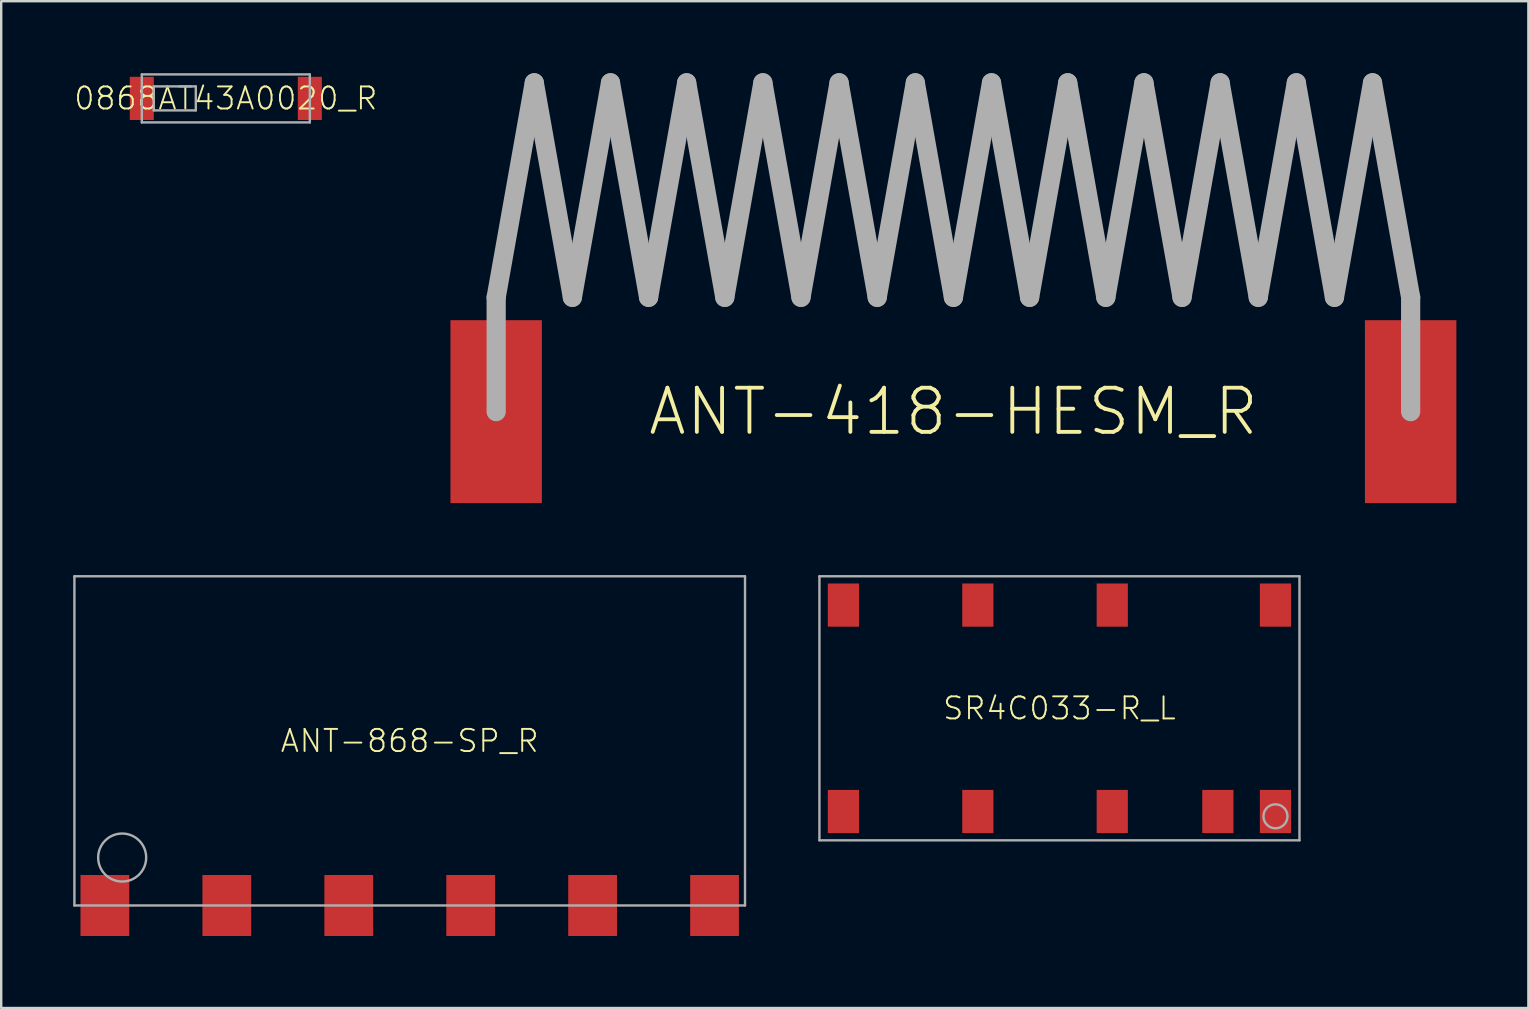
<source format=kicad_pcb>
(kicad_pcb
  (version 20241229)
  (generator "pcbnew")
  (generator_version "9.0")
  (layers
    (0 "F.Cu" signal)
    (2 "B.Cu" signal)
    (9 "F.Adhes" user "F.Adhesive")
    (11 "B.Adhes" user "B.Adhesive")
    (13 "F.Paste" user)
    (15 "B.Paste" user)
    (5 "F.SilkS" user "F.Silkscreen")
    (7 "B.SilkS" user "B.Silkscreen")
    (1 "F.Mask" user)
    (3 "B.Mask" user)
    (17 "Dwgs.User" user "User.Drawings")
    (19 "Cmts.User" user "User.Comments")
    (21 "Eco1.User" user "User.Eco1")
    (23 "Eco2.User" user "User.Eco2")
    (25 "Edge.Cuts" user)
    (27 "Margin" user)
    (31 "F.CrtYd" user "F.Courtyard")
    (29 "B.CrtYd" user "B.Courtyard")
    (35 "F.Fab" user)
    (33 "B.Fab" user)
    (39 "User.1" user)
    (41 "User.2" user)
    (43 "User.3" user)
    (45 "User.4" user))
  (footprint "0868AT43A0020_R"
    (layer "F.Cu")
    (at 6.358 1.05)
    (property "Reference" "0868AT43A0020_R" (at 0 0 0) (unlocked yes) (layer "F.SilkS") (effects (font (size 0.92 0.92) (thickness 0.08))))
    (fp_line (start -3.5 -1) (end -3.5 1) (stroke (width 0.1) (type solid)) (layer "F.Fab"))
    (fp_line (start -3.5 1) (end 3.5 1) (stroke (width 0.1) (type solid)) (layer "F.Fab"))
    (fp_line (start -3 -0.5) (end -3 0.5) (stroke (width 0.1) (type solid)) (layer "F.Fab"))
    (fp_line (start -3 0.5) (end -1.25 0.5) (stroke (width 0.1) (type solid)) (layer "F.Fab"))
    (fp_line (start -1.25 -0.5) (end -3 -0.5) (stroke (width 0.1) (type solid)) (layer "F.Fab"))
    (fp_line (start -1.25 0.5) (end -1.25 -0.5) (stroke (width 0.1) (type solid)) (layer "F.Fab"))
    (fp_line (start 3.5 -1) (end -3.5 -1) (stroke (width 0.1) (type solid)) (layer "F.Fab"))
    (fp_line (start 3.5 1) (end 3.5 -1) (stroke (width 0.1) (type solid)) (layer "F.Fab"))
    (pad "1" smd rect (at -3.5 0 180) (size 1 1.8) (layers "F.Cu" "F.Mask" "F.Paste"))
    (pad "2" smd rect (at 3.5 0 180) (size 1 1.8) (layers "F.Cu" "F.Mask" "F.Paste")))
  (footprint "ANT-418-HESM_R"
    (layer "F.Cu")
    (at 36.672 14.1)
    (property "Reference" "ANT-418-HESM_R" (at 0 0 0) (unlocked yes) (layer "F.SilkS") (effects (font (size 1.84 1.84) (thickness 0.16))))
    (fp_line (start -19.05 -4.763) (end -17.462 -13.7) (stroke (width 0.8) (type solid)) (layer "F.Fab"))
    (fp_line (start -19.05 0) (end -19.05 -4.763) (stroke (width 0.8) (type solid)) (layer "F.Fab"))
    (fp_line (start -17.462 -13.7) (end -15.875 -4.763) (stroke (width 0.8) (type solid)) (layer "F.Fab"))
    (fp_line (start -15.875 -4.763) (end -14.287 -13.7) (stroke (width 0.8) (type solid)) (layer "F.Fab"))
    (fp_line (start -14.287 -13.7) (end -12.7 -4.763) (stroke (width 0.8) (type solid)) (layer "F.Fab"))
    (fp_line (start -12.7 -4.763) (end -11.113 -13.7) (stroke (width 0.8) (type solid)) (layer "F.Fab"))
    (fp_line (start -11.113 -13.7) (end -9.525 -4.763) (stroke (width 0.8) (type solid)) (layer "F.Fab"))
    (fp_line (start -9.525 -4.763) (end -7.938 -13.7) (stroke (width 0.8) (type solid)) (layer "F.Fab"))
    (fp_line (start -7.938 -13.7) (end -6.35 -4.763) (stroke (width 0.8) (type solid)) (layer "F.Fab"))
    (fp_line (start -6.35 -4.763) (end -4.763 -13.7) (stroke (width 0.8) (type solid)) (layer "F.Fab"))
    (fp_line (start -4.763 -13.7) (end -3.175 -4.763) (stroke (width 0.8) (type solid)) (layer "F.Fab"))
    (fp_line (start -3.175 -4.763) (end -1.587 -13.7) (stroke (width 0.8) (type solid)) (layer "F.Fab"))
    (fp_line (start -1.587 -13.7) (end 0 -4.763) (stroke (width 0.8) (type solid)) (layer "F.Fab"))
    (fp_line (start 0 -4.763) (end 1.587 -13.7) (stroke (width 0.8) (type solid)) (layer "F.Fab"))
    (fp_line (start 1.587 -13.7) (end 3.175 -4.763) (stroke (width 0.8) (type solid)) (layer "F.Fab"))
    (fp_line (start 3.175 -4.763) (end 4.763 -13.7) (stroke (width 0.8) (type solid)) (layer "F.Fab"))
    (fp_line (start 4.763 -13.7) (end 6.35 -4.763) (stroke (width 0.8) (type solid)) (layer "F.Fab"))
    (fp_line (start 6.35 -4.763) (end 7.938 -13.7) (stroke (width 0.8) (type solid)) (layer "F.Fab"))
    (fp_line (start 7.938 -13.7) (end 9.525 -4.763) (stroke (width 0.8) (type solid)) (layer "F.Fab"))
    (fp_line (start 9.525 -4.763) (end 11.113 -13.7) (stroke (width 0.8) (type solid)) (layer "F.Fab"))
    (fp_line (start 11.113 -13.7) (end 12.7 -4.763) (stroke (width 0.8) (type solid)) (layer "F.Fab"))
    (fp_line (start 12.7 -4.763) (end 14.287 -13.7) (stroke (width 0.8) (type solid)) (layer "F.Fab"))
    (fp_line (start 14.287 -13.7) (end 15.875 -4.763) (stroke (width 0.8) (type solid)) (layer "F.Fab"))
    (fp_line (start 15.875 -4.763) (end 17.462 -13.7) (stroke (width 0.8) (type solid)) (layer "F.Fab"))
    (fp_line (start 17.462 -13.7) (end 19.05 -4.763) (stroke (width 0.8) (type solid)) (layer "F.Fab"))
    (fp_line (start 19.05 -4.763) (end 19.05 0) (stroke (width 0.8) (type solid)) (layer "F.Fab"))
    (pad "1" smd rect (at -19.05 0) (size 3.81 7.62) (layers "F.Cu" "F.Mask" "F.Paste"))
    (pad "2" smd rect (at 19.05 0) (size 3.81 7.62) (layers "F.Cu" "F.Mask" "F.Paste")))
  (footprint "SR4C033-R_L"
    (layer "F.Cu")
    (at 41.09 26.46)
    (property "Reference" "SR4C033-R_L" (at 0 0 0) (unlocked yes) (layer "F.SilkS") (effects (font (size 0.92 0.92) (thickness 0.08))))
    (fp_line (start -10 -5.5) (end 10 -5.5) (stroke (width 0.1) (type solid)) (layer "F.Fab"))
    (fp_line (start -10 5.5) (end -10 -5.5) (stroke (width 0.1) (type solid)) (layer "F.Fab"))
    (fp_line (start 10 -5.5) (end 10 5.5) (stroke (width 0.1) (type solid)) (layer "F.Fab"))
    (fp_line (start 10 5.5) (end -10 5.5) (stroke (width 0.1) (type solid)) (layer "F.Fab"))
    (fp_circle (center 9 4.5) (end 9.5 4.5) (stroke (width 0.1) (type solid)) (fill no) (layer "F.Fab"))
    (pad "1" smd rect (at 9 4.3 180) (size 1.3 1.8) (layers "F.Cu" "F.Mask" "F.Paste"))
    (pad "2" smd rect (at 6.6 4.3 180) (size 1.3 1.8) (layers "F.Cu" "F.Mask" "F.Paste"))
    (pad "3" smd rect (at 2.2 4.3 180) (size 1.3 1.8) (layers "F.Cu" "F.Mask" "F.Paste"))
    (pad "4" smd rect (at -3.4 4.3 180) (size 1.3 1.8) (layers "F.Cu" "F.Mask" "F.Paste"))
    (pad "5" smd rect (at -9 4.3 180) (size 1.3 1.8) (layers "F.Cu" "F.Mask" "F.Paste"))
    (pad "6" smd rect (at -9 -4.3 180) (size 1.3 1.8) (layers "F.Cu" "F.Mask" "F.Paste"))
    (pad "7" smd rect (at -3.4 -4.3 180) (size 1.3 1.8) (layers "F.Cu" "F.Mask" "F.Paste"))
    (pad "8" smd rect (at 2.2 -4.3 180) (size 1.3 1.8) (layers "F.Cu" "F.Mask" "F.Paste"))
    (pad "9" smd rect (at 9 -4.3 180) (size 1.3 1.8) (layers "F.Cu" "F.Mask" "F.Paste"))
    (zone (net_name "") (layer "F.Cu") (hatch edge 0.5) (connect_pads) (min_thickness 0.25) (filled_areas_thickness no) (keepout (tracks not_allowed) (vias not_allowed) (pads not_allowed) (copperpour not_allowed) (footprints allowed)) (placement (enabled no)) (fill) (polygon (pts (xy 51.09 20.96) (xy 31.09 20.96) (xy 31.09 31.96) (xy 51.09 31.96))))
    (zone (net_name "") (layer "B.Cu") (hatch edge 0.5) (connect_pads) (min_thickness 0.25) (filled_areas_thickness no) (keepout (tracks not_allowed) (vias not_allowed) (pads not_allowed) (copperpour not_allowed) (footprints allowed)) (placement (enabled no)) (fill) (polygon (pts (xy 51.09 20.96) (xy 31.09 20.96) (xy 31.09 31.96) (xy 51.09 31.96)))))
  (footprint "ANT-868-SP_R"
    (layer "F.Cu")
    (at 14.02 27.818)
    (property "Reference" "ANT-868-SP_R" (at 0 0 0) (unlocked yes) (layer "F.SilkS") (effects (font (size 0.92 0.92) (thickness 0.08))))
    (fp_line (start -13.97 -6.858) (end -13.97 6.858) (stroke (width 0.1) (type solid)) (layer "F.Fab"))
    (fp_line (start -13.97 6.858) (end 13.97 6.858) (stroke (width 0.1) (type solid)) (layer "F.Fab"))
    (fp_line (start 13.97 -6.858) (end -13.97 -6.858) (stroke (width 0.1) (type solid)) (layer "F.Fab"))
    (fp_line (start 13.97 6.858) (end 13.97 -6.858) (stroke (width 0.1) (type solid)) (layer "F.Fab"))
    (fp_circle (center -11.98 4.86) (end -10.98 4.86) (stroke (width 0.1) (type solid)) (fill no) (layer "F.Fab"))
    (pad "1" smd rect (at -12.7 6.858) (size 2.032 2.54) (layers "F.Cu" "F.Mask" "F.Paste"))
    (pad "2" smd rect (at -7.62 6.858) (size 2.032 2.54) (layers "F.Cu" "F.Mask" "F.Paste"))
    (pad "3" smd rect (at -2.54 6.858) (size 2.032 2.54) (layers "F.Cu" "F.Mask" "F.Paste"))
    (pad "4" smd rect (at 2.54 6.858) (size 2.032 2.54) (layers "F.Cu" "F.Mask" "F.Paste"))
    (pad "5" smd rect (at 7.62 6.858) (size 2.032 2.54) (layers "F.Cu" "F.Mask" "F.Paste"))
    (pad "6" smd rect (at 12.7 6.858) (size 2.032 2.54) (layers "F.Cu" "F.Mask" "F.Paste")))
  (gr_rect
    (start -3 -3)
    (end 60.627 38.946)
    (stroke (width 0.1) (type default))
    (fill no)
    (layer "Edge.Cuts")))
</source>
